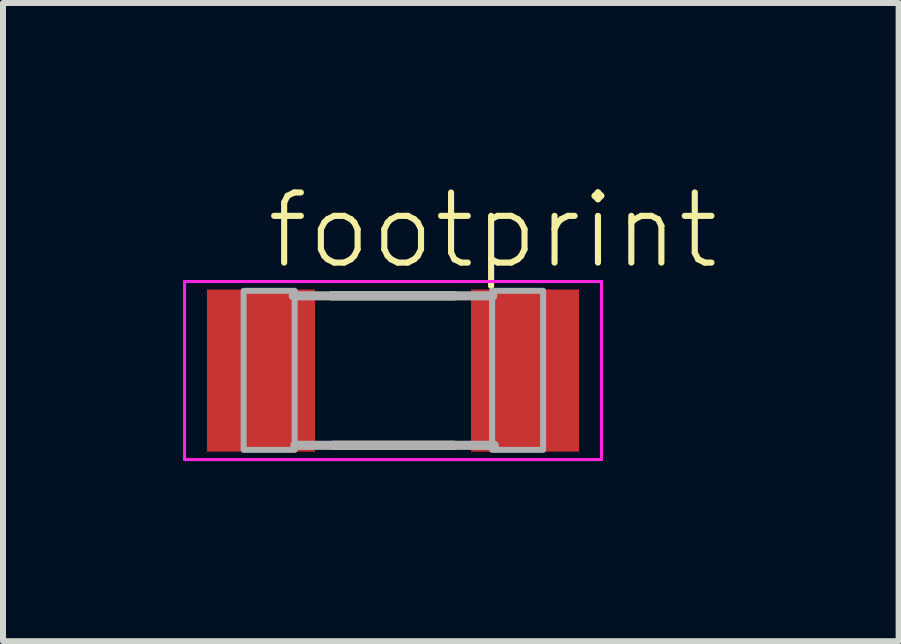
<source format=kicad_pcb>
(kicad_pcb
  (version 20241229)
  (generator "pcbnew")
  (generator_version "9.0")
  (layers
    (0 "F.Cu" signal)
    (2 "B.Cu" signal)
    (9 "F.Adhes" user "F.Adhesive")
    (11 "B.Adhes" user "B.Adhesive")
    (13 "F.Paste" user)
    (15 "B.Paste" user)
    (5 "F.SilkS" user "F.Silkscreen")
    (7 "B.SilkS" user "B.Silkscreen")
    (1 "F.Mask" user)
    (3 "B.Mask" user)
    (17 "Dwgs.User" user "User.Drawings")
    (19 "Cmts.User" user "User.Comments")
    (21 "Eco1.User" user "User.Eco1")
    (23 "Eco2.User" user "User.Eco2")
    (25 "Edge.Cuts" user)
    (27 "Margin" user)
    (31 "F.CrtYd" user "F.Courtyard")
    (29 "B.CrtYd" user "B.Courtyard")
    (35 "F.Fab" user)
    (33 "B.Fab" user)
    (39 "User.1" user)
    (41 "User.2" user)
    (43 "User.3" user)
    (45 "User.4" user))
  (footprint "footprint"
    (layer "F.Cu")
    (at 3.498 3.124)
    (property "Reference" "footprint" (at -2.159 -1.651 0) (layer "F.SilkS") (effects (font (size 1.168 1.168) (thickness 0.102)) (justify left bottom)))
    (fp_line (start -1.027 -1.245) (end 1.027 -1.245) (stroke (width 0.152) (type solid)) (layer "F.SilkS"))
    (fp_line (start -1.002 1.245) (end 1.016 1.245) (stroke (width 0.152) (type solid)) (layer "F.SilkS"))
    (fp_line (start -3.473 -1.483) (end 3.473 -1.483) (stroke (width 0.051) (type solid)) (layer "F.CrtYd"))
    (fp_line (start -3.473 1.483) (end -3.473 -1.483) (stroke (width 0.051) (type solid)) (layer "F.CrtYd"))
    (fp_line (start 3.473 -1.483) (end 3.473 1.483) (stroke (width 0.051) (type solid)) (layer "F.CrtYd"))
    (fp_line (start 3.473 1.483) (end -3.473 1.483) (stroke (width 0.051) (type solid)) (layer "F.CrtYd"))
    (fp_line (start -1.662 -1.245) (end 1.662 -1.245) (stroke (width 0.152) (type solid)) (layer "F.Fab"))
    (fp_line (start -1.637 1.245) (end 1.687 1.245) (stroke (width 0.152) (type solid)) (layer "F.Fab"))
    (fp_poly (pts (xy -2.489 1.321) (xy -1.639 1.321) (xy -1.639 -1.329) (xy -2.489 -1.329)) (stroke (width 0.1) (type solid)) (fill no) (layer "F.Fab"))
    (fp_poly (pts (xy 1.651 1.321) (xy 2.501 1.321) (xy 2.501 -1.329) (xy 1.651 -1.329)) (stroke (width 0.1) (type solid)) (fill no) (layer "F.Fab"))
    (pad "1" smd rect (at -2.2 0) (size 1.8 2.7) (layers "F.Cu" "F.Mask" "F.Paste"))
    (pad "2" smd rect (at 2.2 0) (size 1.8 2.7) (layers "F.Cu" "F.Mask" "F.Paste")))
  (gr_rect
    (start -3 -3)
    (end 11.922 7.633)
    (stroke (width 0.1) (type default))
    (fill no)
    (layer "Edge.Cuts")))
</source>
